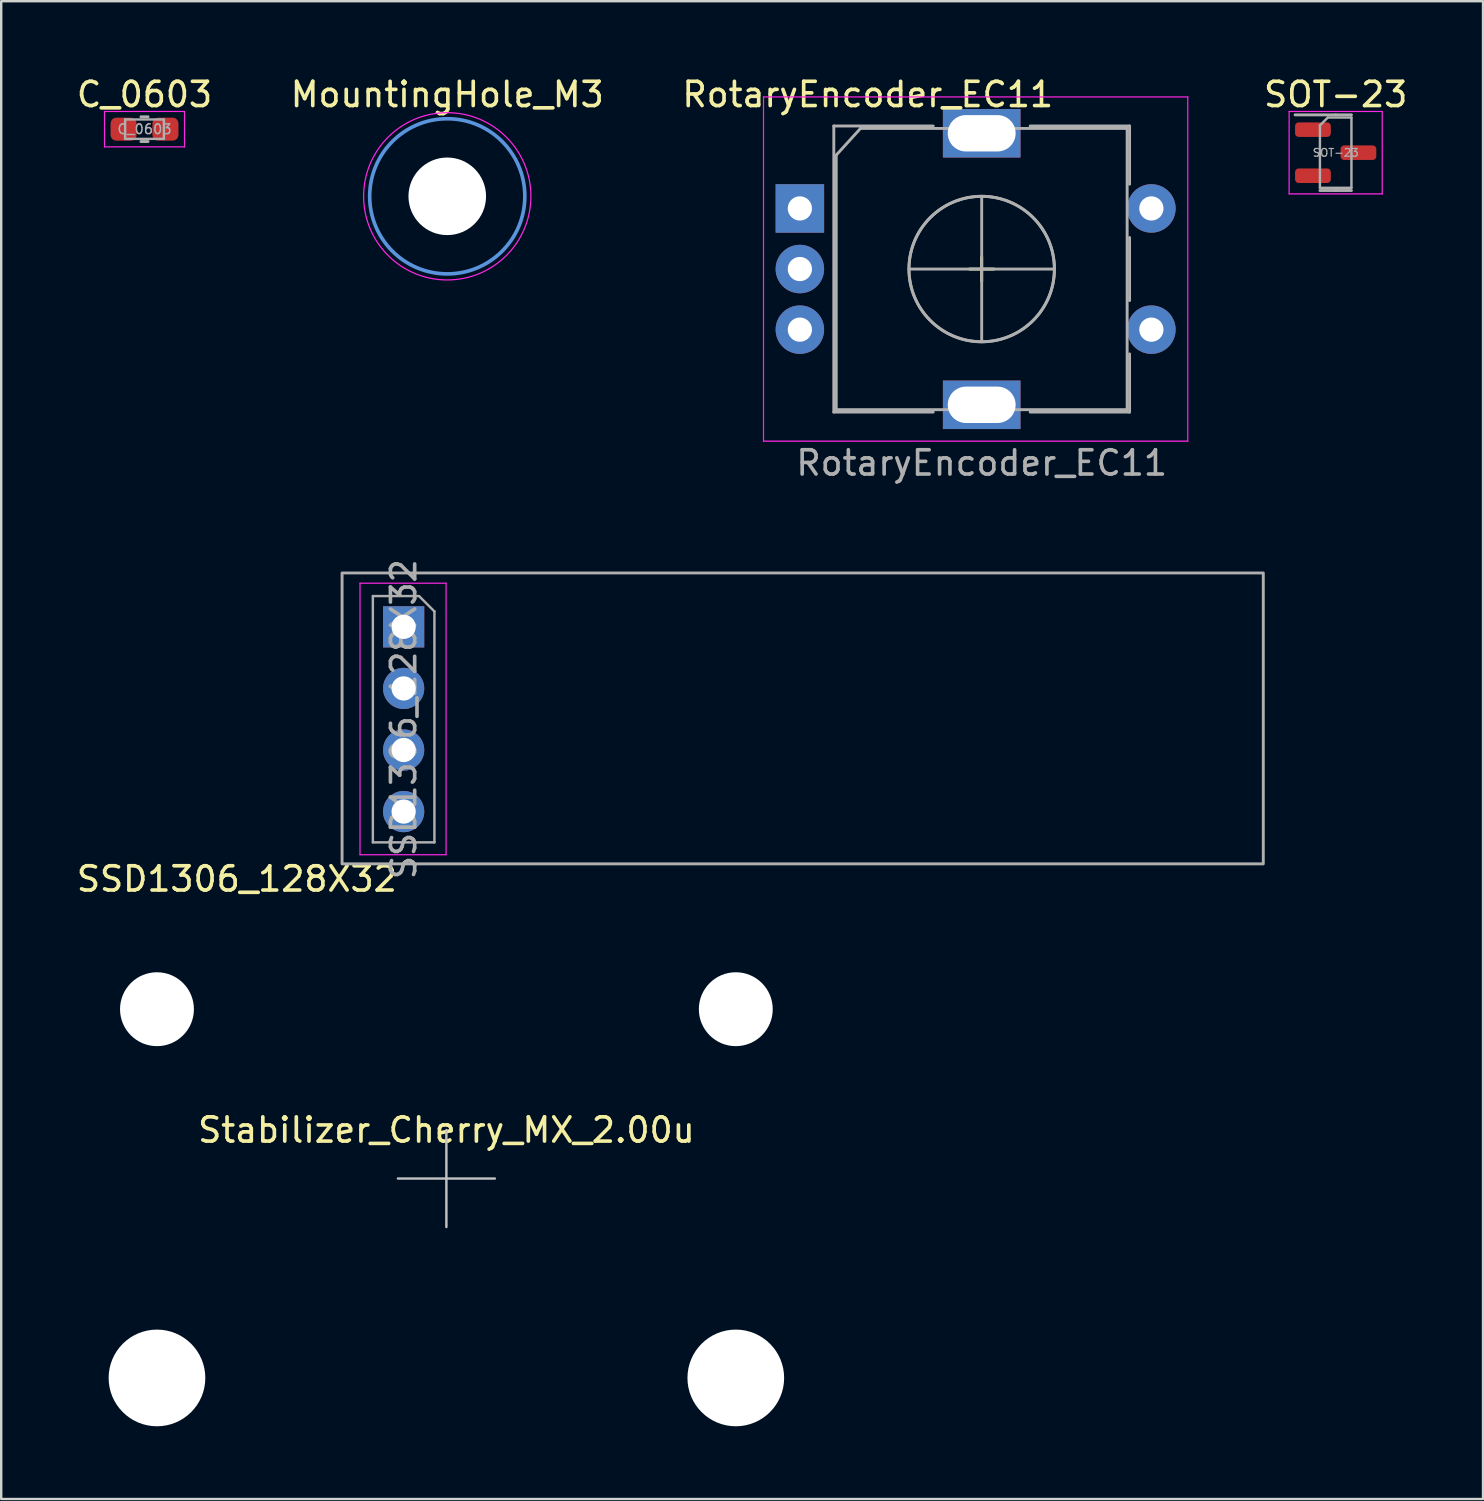
<source format=kicad_pcb>
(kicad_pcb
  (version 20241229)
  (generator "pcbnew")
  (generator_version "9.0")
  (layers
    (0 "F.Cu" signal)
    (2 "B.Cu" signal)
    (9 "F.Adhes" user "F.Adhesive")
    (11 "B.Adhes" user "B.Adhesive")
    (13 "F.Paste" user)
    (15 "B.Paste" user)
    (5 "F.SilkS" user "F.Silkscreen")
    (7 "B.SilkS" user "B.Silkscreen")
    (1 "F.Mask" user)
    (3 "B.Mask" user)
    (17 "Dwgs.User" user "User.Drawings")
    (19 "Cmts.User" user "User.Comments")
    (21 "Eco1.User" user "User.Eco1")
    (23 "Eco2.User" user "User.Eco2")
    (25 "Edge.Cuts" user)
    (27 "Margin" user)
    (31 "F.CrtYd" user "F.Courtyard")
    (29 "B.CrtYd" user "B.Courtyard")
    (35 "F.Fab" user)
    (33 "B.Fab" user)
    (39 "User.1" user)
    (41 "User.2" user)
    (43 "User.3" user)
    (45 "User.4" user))
  (footprint "MountingHole_M3"
    (layer "F.Cu")
    (at 15.399 5.048)
    (property "Reference" "MountingHole_M3" (at 0 -4.2 0) (layer "F.SilkS") (effects (font (size 1 1) (thickness 0.15))))
    (attr exclude_from_pos_files exclude_from_bom)
    (fp_circle (center 0 0) (end 3.2 0) (stroke (width 0.15) (type solid)) (fill no) (layer "Cmts.User"))
    (fp_circle (center 0 0) (end 3.45 0) (stroke (width 0.05) (type solid)) (fill no) (layer "F.CrtYd"))
    (pad "" np_thru_hole circle (at 0 0) (size 3.2 3.2) (drill 3.2) (layers "*.Cu" "*.Mask")))
  (footprint "SOT-23"
    (layer "F.Cu")
    (at 52.046 3.248)
    (property "Reference" "SOT-23" (at 0 -2.4 0) (layer "F.SilkS") (effects (font (size 1 1) (thickness 0.15))))
    (attr smd)
    (fp_line (start -1.92 -1.7) (end -1.92 1.7) (stroke (width 0.05) (type solid)) (layer "F.CrtYd"))
    (fp_line (start -1.92 1.7) (end 1.92 1.7) (stroke (width 0.05) (type solid)) (layer "F.CrtYd"))
    (fp_line (start 1.92 -1.7) (end -1.92 -1.7) (stroke (width 0.05) (type solid)) (layer "F.CrtYd"))
    (fp_line (start 1.92 1.7) (end 1.92 -1.7) (stroke (width 0.05) (type solid)) (layer "F.CrtYd"))
    (fp_line (start -0.65 -1.125) (end -0.325 -1.45) (stroke (width 0.1) (type solid)) (layer "F.Fab"))
    (fp_line (start -0.65 1.45) (end -0.65 -1.125) (stroke (width 0.1) (type solid)) (layer "F.Fab"))
    (fp_line (start -0.325 -1.45) (end 0.65 -1.45) (stroke (width 0.1) (type solid)) (layer "F.Fab"))
    (fp_line (start 0 -1.56) (end -1.675 -1.56) (stroke (width 0.12) (type solid)) (layer "F.Fab"))
    (fp_line (start 0 -1.56) (end 0.65 -1.56) (stroke (width 0.12) (type solid)) (layer "F.Fab"))
    (fp_line (start 0 1.56) (end -0.65 1.56) (stroke (width 0.12) (type solid)) (layer "F.Fab"))
    (fp_line (start 0 1.56) (end 0.65 1.56) (stroke (width 0.12) (type solid)) (layer "F.Fab"))
    (fp_line (start 0.65 -1.45) (end 0.65 1.45) (stroke (width 0.1) (type solid)) (layer "F.Fab"))
    (fp_line (start 0.65 1.45) (end -0.65 1.45) (stroke (width 0.1) (type solid)) (layer "F.Fab"))
    (fp_text user "${REFERENCE}" (at 0 0 0) (layer "F.Fab") (effects (font (size 0.32 0.32) (thickness 0.05))))
    (pad "1" smd roundrect (at -0.938 -0.95) (size 1.475 0.6) (layers "F.Cu" "F.Mask" "F.Paste") (roundrect_rratio 0.25))
    (pad "2" smd roundrect (at -0.938 0.95) (size 1.475 0.6) (layers "F.Cu" "F.Mask" "F.Paste") (roundrect_rratio 0.25))
    (pad "3" smd roundrect (at 0.938 0) (size 1.475 0.6) (layers "F.Cu" "F.Mask" "F.Paste") (roundrect_rratio 0.25)))
  (footprint "RotaryEncoder_EC11"
    (layer "F.Cu")
    (at 37.444 8.048)
    (property "Reference" "RotaryEncoder_EC11" (at -4.7 -7.2 0) (layer "F.SilkS") (effects (font (size 1 1) (thickness 0.15))))
    (attr through_hole)
    (fp_line (start -0.5 0) (end 0.5 0) (stroke (width 0.12) (type solid)) (layer "F.SilkS"))
    (fp_line (start 0 -0.5) (end 0 0.5) (stroke (width 0.12) (type solid)) (layer "F.SilkS"))
    (fp_line (start -9 -7.1) (end -9 7.1) (stroke (width 0.05) (type solid)) (layer "F.CrtYd"))
    (fp_line (start -9 -7.1) (end 8.5 -7.1) (stroke (width 0.05) (type solid)) (layer "F.CrtYd"))
    (fp_line (start 8.5 7.1) (end -9 7.1) (stroke (width 0.05) (type solid)) (layer "F.CrtYd"))
    (fp_line (start 8.5 7.1) (end 8.5 -7.1) (stroke (width 0.05) (type solid)) (layer "F.CrtYd"))
    (fp_line (start -6.1 -5.9) (end -6.1 5.9) (stroke (width 0.12) (type solid)) (layer "F.Fab"))
    (fp_line (start -6 -4.7) (end -5 -5.8) (stroke (width 0.12) (type solid)) (layer "F.Fab"))
    (fp_line (start -6 5.8) (end -6 -4.7) (stroke (width 0.12) (type solid)) (layer "F.Fab"))
    (fp_line (start -5 -5.8) (end 6 -5.8) (stroke (width 0.12) (type solid)) (layer "F.Fab"))
    (fp_line (start -3 0) (end 3 0) (stroke (width 0.12) (type solid)) (layer "F.Fab"))
    (fp_line (start -2 -5.9) (end -6.1 -5.9) (stroke (width 0.12) (type solid)) (layer "F.Fab"))
    (fp_line (start -2 5.9) (end -6.1 5.9) (stroke (width 0.12) (type solid)) (layer "F.Fab"))
    (fp_line (start 0 -3) (end 0 3) (stroke (width 0.12) (type solid)) (layer "F.Fab"))
    (fp_line (start 2 -5.9) (end 6.1 -5.9) (stroke (width 0.12) (type solid)) (layer "F.Fab"))
    (fp_line (start 6 -5.8) (end 6 5.8) (stroke (width 0.12) (type solid)) (layer "F.Fab"))
    (fp_line (start 6 5.8) (end -6 5.8) (stroke (width 0.12) (type solid)) (layer "F.Fab"))
    (fp_line (start 6.1 -5.9) (end 6.1 -3.5) (stroke (width 0.12) (type solid)) (layer "F.Fab"))
    (fp_line (start 6.1 -1.3) (end 6.1 1.3) (stroke (width 0.12) (type solid)) (layer "F.Fab"))
    (fp_line (start 6.1 3.5) (end 6.1 5.9) (stroke (width 0.12) (type solid)) (layer "F.Fab"))
    (fp_line (start 6.1 5.9) (end 2 5.9) (stroke (width 0.12) (type solid)) (layer "F.Fab"))
    (fp_circle (center 0 0) (end 3 0) (stroke (width 0.12) (type solid)) (fill no) (layer "F.Fab"))
    (fp_circle (center 0 0) (end 3 0) (stroke (width 0.12) (type solid)) (fill no) (layer "F.Fab"))
    (fp_text user "${REFERENCE}" (at 0 8 0) (layer "F.Fab") (effects (font (size 1 1) (thickness 0.15))))
    (pad "A" thru_hole rect (at -7.5 -2.5) (size 2 2) (drill 1) (layers "*.Cu" "*.Mask"))
    (pad "B" thru_hole circle (at -7.5 2.5) (size 2 2) (drill 1) (layers "*.Cu" "*.Mask"))
    (pad "C" thru_hole circle (at -7.5 0) (size 2 2) (drill 1) (layers "*.Cu" "*.Mask"))
    (pad "MP" thru_hole rect (at 0 -5.6) (size 3.2 2) (drill oval 2.8 1.5) (layers "*.Cu" "*.Mask"))
    (pad "MP" thru_hole rect (at 0 5.6) (size 3.2 2) (drill oval 2.8 1.5) (layers "*.Cu" "*.Mask"))
    (pad "S1" thru_hole circle (at 7 2.5) (size 2 2) (drill 1) (layers "*.Cu" "*.Mask"))
    (pad "S2" thru_hole circle (at 7 -2.5) (size 2 2) (drill 1) (layers "*.Cu" "*.Mask")))
  (footprint "SSD1306_128X32"
    (layer "F.Cu")
    (at 13.6 22.807)
    (property "Reference" "SSD1306_128X32" (at -6.88 10.4 0) (unlocked yes) (layer "F.SilkS") (effects (font (size 1 1) (thickness 0.15))))
    (attr through_hole)
    (fp_line (start -1.8 -1.8) (end 1.75 -1.8) (stroke (width 0.05) (type solid)) (layer "F.CrtYd"))
    (fp_line (start -1.8 9.4) (end -1.8 -1.8) (stroke (width 0.05) (type solid)) (layer "F.CrtYd"))
    (fp_line (start 1.75 -1.8) (end 1.75 9.4) (stroke (width 0.05) (type solid)) (layer "F.CrtYd"))
    (fp_line (start 1.75 9.4) (end -1.8 9.4) (stroke (width 0.05) (type solid)) (layer "F.CrtYd"))
    (fp_line (start -1.27 -1.27) (end 0.635 -1.27) (stroke (width 0.1) (type solid)) (layer "F.Fab"))
    (fp_line (start -1.27 8.89) (end -1.27 -1.27) (stroke (width 0.1) (type solid)) (layer "F.Fab"))
    (fp_line (start 0.635 -1.27) (end 1.27 -0.635) (stroke (width 0.1) (type solid)) (layer "F.Fab"))
    (fp_line (start 1.27 -0.635) (end 1.27 8.89) (stroke (width 0.1) (type solid)) (layer "F.Fab"))
    (fp_line (start 1.27 8.89) (end -1.27 8.89) (stroke (width 0.1) (type solid)) (layer "F.Fab"))
    (fp_rect (start -2.54 -2.223) (end 35.46 9.777) (stroke (width 0.12) (type solid)) (fill no) (layer "F.Fab"))
    (fp_text user "${REFERENCE}" (at 0 3.81 90) (layer "F.Fab") (effects (font (size 1 1) (thickness 0.15))))
    (pad "1" thru_hole rect (at 0 0) (size 1.7 1.7) (drill 1) (layers "*.Cu" "*.Mask"))
    (pad "2" thru_hole oval (at 0 2.54) (size 1.7 1.7) (drill 1) (layers "*.Cu" "*.Mask"))
    (pad "3" thru_hole oval (at 0 5.08) (size 1.7 1.7) (drill 1) (layers "*.Cu" "*.Mask"))
    (pad "4" thru_hole oval (at 0 7.62) (size 1.7 1.7) (drill 1) (layers "*.Cu" "*.Mask")))
  (footprint "C_0603"
    (layer "F.Cu")
    (at 2.911 2.278)
    (property "Reference" "C_0603" (at 0 -1.43 0) (layer "F.SilkS") (effects (font (size 1 1) (thickness 0.15))))
    (attr smd)
    (fp_line (start -1.65 -0.73) (end 1.65 -0.73) (stroke (width 0.05) (type solid)) (layer "F.CrtYd"))
    (fp_line (start -1.65 0.73) (end -1.65 -0.73) (stroke (width 0.05) (type solid)) (layer "F.CrtYd"))
    (fp_line (start 1.65 -0.73) (end 1.65 0.73) (stroke (width 0.05) (type solid)) (layer "F.CrtYd"))
    (fp_line (start 1.65 0.73) (end -1.65 0.73) (stroke (width 0.05) (type solid)) (layer "F.CrtYd"))
    (fp_line (start -0.8 -0.4) (end 0.8 -0.4) (stroke (width 0.1) (type solid)) (layer "F.Fab"))
    (fp_line (start -0.8 0.4) (end -0.8 -0.4) (stroke (width 0.1) (type solid)) (layer "F.Fab"))
    (fp_line (start -0.146 -0.51) (end 0.146 -0.51) (stroke (width 0.12) (type solid)) (layer "F.Fab"))
    (fp_line (start -0.146 0.51) (end 0.146 0.51) (stroke (width 0.12) (type solid)) (layer "F.Fab"))
    (fp_line (start 0.8 -0.4) (end 0.8 0.4) (stroke (width 0.1) (type solid)) (layer "F.Fab"))
    (fp_line (start 0.8 0.4) (end -0.8 0.4) (stroke (width 0.1) (type solid)) (layer "F.Fab"))
    (fp_text user "${REFERENCE}" (at 0 0 0) (layer "F.Fab") (effects (font (size 0.4 0.4) (thickness 0.06))))
    (pad "1" smd roundrect (at -0.863 0) (size 1.075 0.95) (layers "F.Cu" "F.Mask" "F.Paste") (roundrect_rratio 0.25))
    (pad "2" smd roundrect (at 0.863 0) (size 1.075 0.95) (layers "F.Cu" "F.Mask" "F.Paste") (roundrect_rratio 0.25)))
  (footprint "Stabilizer_Cherry_MX_2.00u"
    (layer "F.Cu")
    (at 15.363 45.564)
    (property "Reference" "Stabilizer_Cherry_MX_2.00u" (at 0 -2 0) (layer "F.SilkS") (effects (font (size 1 1) (thickness 0.15))))
    (attr exclude_from_pos_files exclude_from_bom)
    (fp_line (start -2 0) (end 2 0) (stroke (width 0.1) (type solid)) (layer "Dwgs.User"))
    (fp_line (start 0 2) (end 0 -2) (stroke (width 0.1) (type solid)) (layer "Dwgs.User"))
    (fp_line (start -15.313 -5.53) (end -15.313 6.77) (stroke (width 0.1) (type solid)) (layer "Eco1.User"))
    (fp_line (start -15.313 6.77) (end -8.563 6.77) (stroke (width 0.1) (type solid)) (layer "Eco1.User"))
    (fp_line (start -8.563 -5.53) (end -15.313 -5.53) (stroke (width 0.1) (type solid)) (layer "Eco1.User"))
    (fp_line (start -8.563 6.77) (end -8.563 -5.53) (stroke (width 0.1) (type solid)) (layer "Eco1.User"))
    (fp_line (start 8.563 -5.53) (end 8.563 6.77) (stroke (width 0.1) (type solid)) (layer "Eco1.User"))
    (fp_line (start 8.563 6.77) (end 15.313 6.77) (stroke (width 0.1) (type solid)) (layer "Eco1.User"))
    (fp_line (start 15.313 -5.53) (end 8.563 -5.53) (stroke (width 0.1) (type solid)) (layer "Eco1.User"))
    (fp_line (start 15.313 6.77) (end 15.313 -5.53) (stroke (width 0.1) (type solid)) (layer "Eco1.User"))
    (pad "" np_thru_hole circle (at -11.938 -6.985) (size 3.048 3.048) (drill 3.048) (layers "*.Cu" "*.Mask"))
    (pad "" np_thru_hole circle (at -11.938 8.225) (size 3.988 3.988) (drill 3.988) (layers "*.Cu" "*.Mask"))
    (pad "" np_thru_hole circle (at 11.938 -6.985) (size 3.048 3.048) (drill 3.048) (layers "*.Cu" "*.Mask"))
    (pad "" np_thru_hole circle (at 11.938 8.225) (size 3.988 3.988) (drill 3.988) (layers "*.Cu" "*.Mask")))
  (gr_rect
    (start -3 -3)
    (end 58.124 58.783)
    (stroke (width 0.1) (type default))
    (fill no)
    (layer "Edge.Cuts")))
</source>
